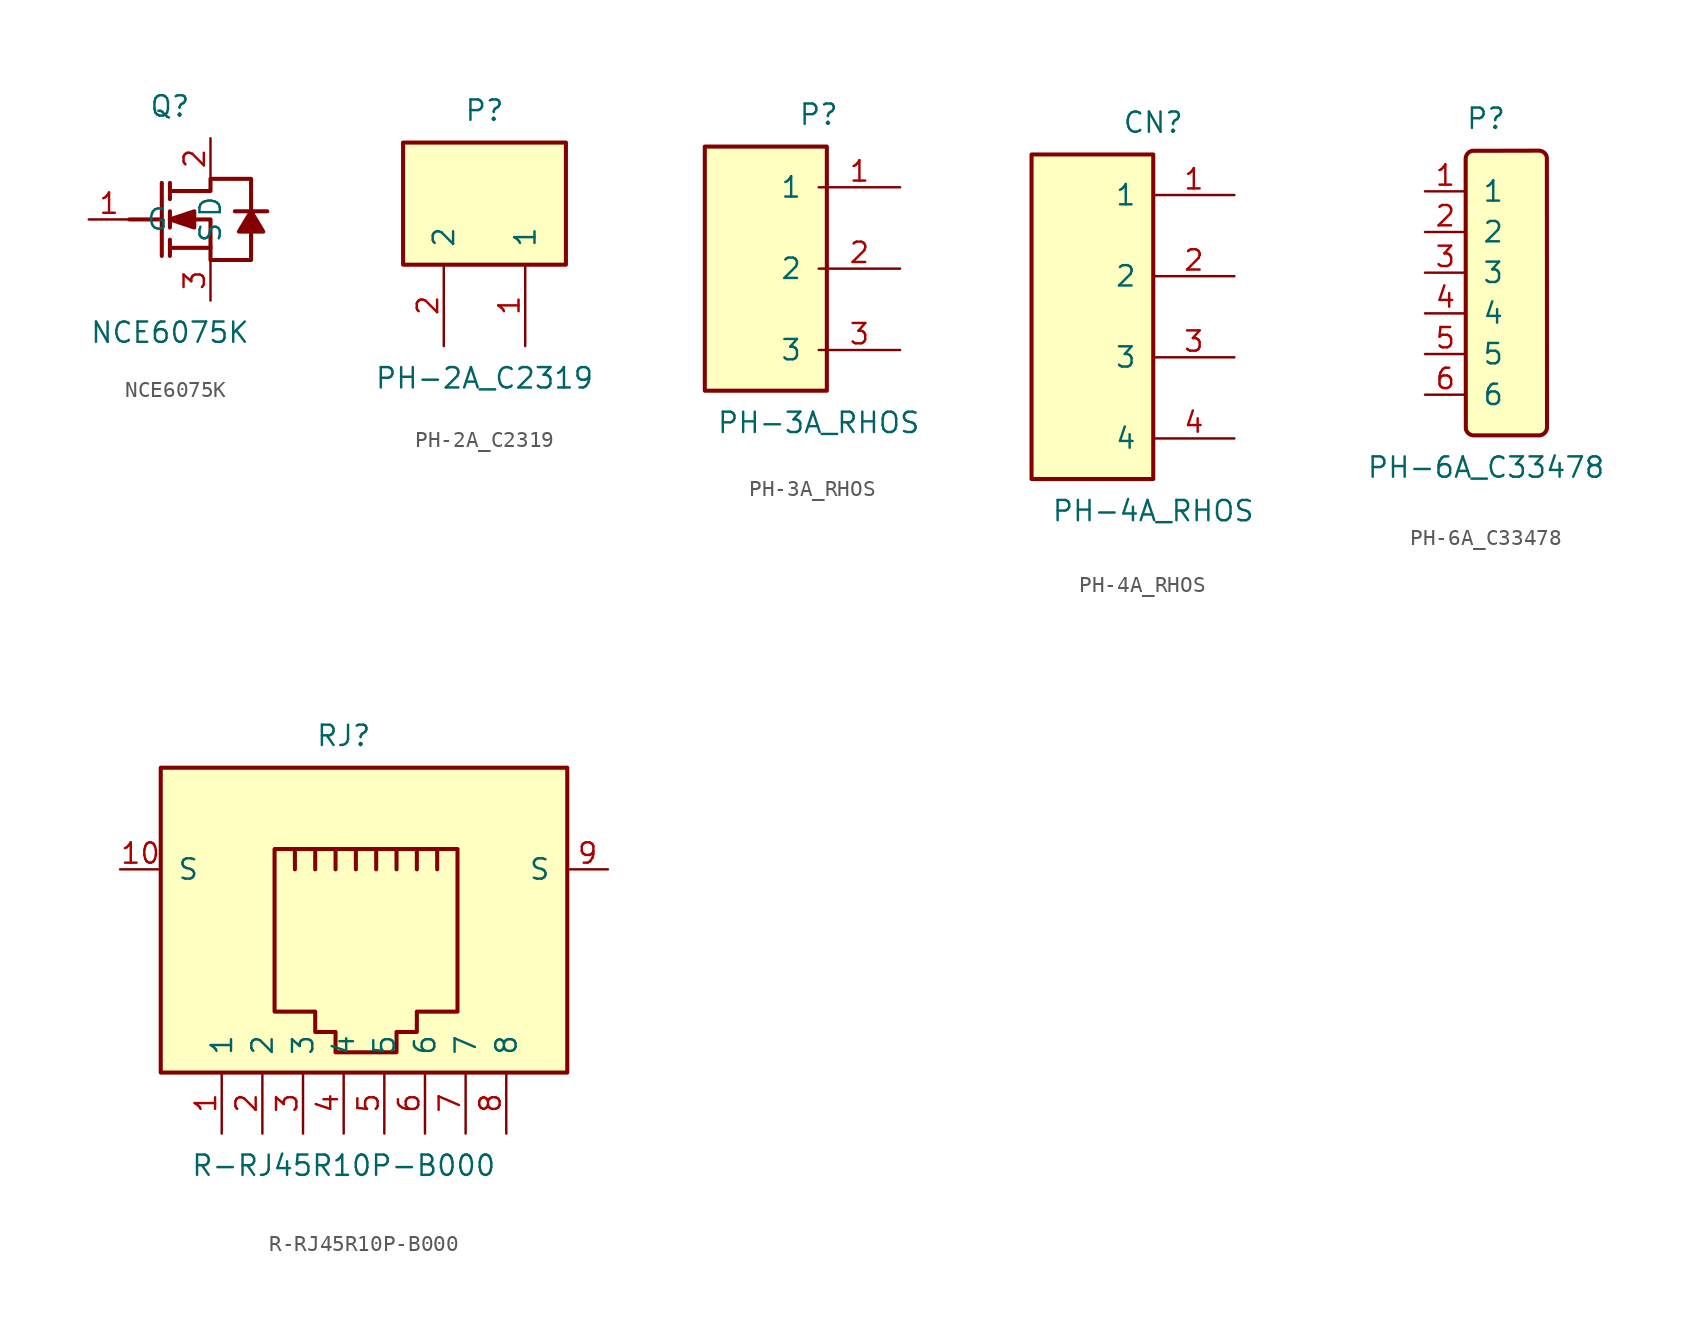
<source format=kicad_sym>
(kicad_symbol_lib
  (version 20241209)
  (generator "JLCImport")
  (generator_version "1.0")
  (symbol "NCE6075K"
    (pin_names
      (offset 1.016))
    (property "Reference" "Q"
      (at 0 7.08 0)
      (effects (font (size 1.27 1.27))))
    (property "Value" "NCE6075K"
      (at 0 -7.08 0)
      (effects (font (size 1.27 1.27))))
    (symbol "NCE6075K_0_1"
      (polyline (pts (xy 0 0) (xy 1.524 -0.508) (xy 1.524 0.508) (xy 0 0)) (stroke (width 0.254) (type solid)) (fill (type outline)))
      (polyline (pts (xy 5.08 0.508) (xy 4.318 -0.762) (xy 5.842 -0.762) (xy 5.08 0.508)) (stroke (width 0.254) (type solid)) (fill (type outline)))
      (polyline (pts (xy 0 1.778) (xy 2.54 1.778) (xy 2.54 2.54) (xy 5.08 2.54) (xy 5.08 0.508)) (stroke (width 0.254) (type solid)) (fill (type none)))
      (polyline (pts (xy 0 0) (xy 2.54 0) (xy 2.54 -2.54) (xy 5.08 -2.54) (xy 5.08 -0.762)) (stroke (width 0.254) (type solid)) (fill (type none)))
      (polyline (pts (xy 2.54 -1.778) (xy 0 -1.778)) (stroke (width 0.254) (type solid)) (fill (type none)))
      (polyline (pts (xy -0.508 2.286) (xy -0.508 -2.286)) (stroke (width 0.254) (type solid)) (fill (type none)))
      (polyline (pts (xy 0 2.286) (xy 0 1.27)) (stroke (width 0.254) (type solid)) (fill (type none)))
      (polyline (pts (xy 0 -0.508) (xy 0 0.508)) (stroke (width 0.254) (type solid)) (fill (type none)))
      (polyline (pts (xy 0 -2.286) (xy 0 -1.27)) (stroke (width 0.254) (type solid)) (fill (type none)))
      (polyline (pts (xy -2.54 0) (xy -0.508 0)) (stroke (width 0.254) (type solid)) (fill (type none)))
      (polyline (pts (xy 6.096 0.508) (xy 5.588 0.508) (xy 4.572 0.508) (xy 4.064 0.508)) (stroke (width 0.254) (type solid)) (fill (type none)))
      (pin unspecified line (at 2.54 5.08 270) (length 2.54) (name "D" (effects (font (size 1.27 1.27)) hide)) (number "2" (effects (font (size 1.27 1.27)) hide)))
      (pin unspecified line (at -5.08 0 0) (length 2.54) (name "G" (effects (font (size 1.27 1.27)) hide)) (number "1" (effects (font (size 1.27 1.27)) hide)))
      (pin unspecified line (at 2.54 -5.08 90) (length 2.54) (name "S" (effects (font (size 1.27 1.27)) hide)) (number "3" (effects (font (size 1.27 1.27)) hide)))))
  (symbol "PH-2A_C2319"
    (pin_names
      (offset 1.016))
    (property "Reference" "P"
      (at 0 7.08 0)
      (effects (font (size 1.27 1.27))))
    (property "Value" "PH-2A_C2319"
      (at 0 -9.62 0)
      (effects (font (size 1.27 1.27))))
    (symbol "PH-2A_C2319_0_1"
      (rectangle (start -5.08 5.08) (end 5.08 -2.54) (stroke (width 0.254) (type solid)) (fill (type background)))
      (pin input line (at 2.54 -7.62 90) (length 5.08) (name "1" (effects (font (size 1.27 1.27)))) (number "1" (effects (font (size 1.27 1.27)))))
      (pin input line (at -2.54 -7.62 90) (length 5.08) (name "2" (effects (font (size 1.27 1.27)))) (number "2" (effects (font (size 1.27 1.27)))))))
  (symbol "PH-3A_RHOS"
    (pin_names
      (offset 1.016))
    (property "Reference" "P"
      (at 0 9.62 0)
      (effects (font (size 1.27 1.27))))
    (property "Value" "PH-3A_RHOS"
      (at 0 -9.62 0)
      (effects (font (size 1.27 1.27))))
    (symbol "PH-3A_RHOS_0_1"
      (rectangle (start -7.112 7.62) (end 0.508 -7.62) (stroke (width 0.254) (type solid)) (fill (type background)))
      (pin input line (at 5.08 5.08 180) (length 5.08) (name "1" (effects (font (size 1.27 1.27)))) (number "1" (effects (font (size 1.27 1.27)))))
      (pin input line (at 5.08 0 180) (length 5.08) (name "2" (effects (font (size 1.27 1.27)))) (number "2" (effects (font (size 1.27 1.27)))))
      (pin input line (at 5.08 -5.08 180) (length 5.08) (name "3" (effects (font (size 1.27 1.27)))) (number "3" (effects (font (size 1.27 1.27)))))))
  (symbol "PH-4A_RHOS"
    (pin_names
      (offset 1.016))
    (property "Reference" "CN"
      (at 0 12.16 0)
      (effects (font (size 1.27 1.27))))
    (property "Value" "PH-4A_RHOS"
      (at 0 -12.16 0)
      (effects (font (size 1.27 1.27))))
    (symbol "PH-4A_RHOS_0_1"
      (rectangle (start -7.62 10.16) (end 0 -10.16) (stroke (width 0.254) (type solid)) (fill (type background)))
      (pin input line (at 5.08 7.62 180) (length 5.08) (name "1" (effects (font (size 1.27 1.27)))) (number "1" (effects (font (size 1.27 1.27)))))
      (pin input line (at 5.08 2.54 180) (length 5.08) (name "2" (effects (font (size 1.27 1.27)))) (number "2" (effects (font (size 1.27 1.27)))))
      (pin input line (at 5.08 -2.54 180) (length 5.08) (name "3" (effects (font (size 1.27 1.27)))) (number "3" (effects (font (size 1.27 1.27)))))
      (pin input line (at 5.08 -7.62 180) (length 5.08) (name "4" (effects (font (size 1.27 1.27)))) (number "4" (effects (font (size 1.27 1.27)))))))
  (symbol "PH-6A_C33478"
    (pin_names
      (offset 1.016))
    (property "Reference" "P"
      (at 0 10.89 0)
      (effects (font (size 1.27 1.27))))
    (property "Value" "PH-6A_C33478"
      (at 0 -10.89 0)
      (effects (font (size 1.27 1.27))))
    (symbol "PH-6A_C33478_0_1"
      (polyline (pts (xy 3.302 -8.89) (xy 3.401 -8.88) (xy 3.496 -8.851) (xy 3.584 -8.804) (xy 3.661 -8.741) (xy 3.724 -8.664) (xy 3.771 -8.576) (xy 3.8 -8.481) (xy 3.81 -8.382) (xy 3.8 8.481) (xy 3.771 8.576) (xy 3.724 8.664) (xy 3.661 8.741) (xy 3.584 8.804) (xy 3.496 8.851) (xy 3.401 8.88) (xy 3.302 8.89) (xy -0.861 8.88) (xy -0.956 8.851) (xy -1.044 8.804) (xy -1.121 8.741) (xy -1.184 8.664) (xy -1.231 8.576) (xy -1.26 8.481) (xy -1.27 8.382) (xy -1.26 -8.481) (xy -1.231 -8.576) (xy -1.184 -8.664) (xy -1.121 -8.741) (xy -1.044 -8.804) (xy -0.956 -8.851) (xy -0.861 -8.88) (xy -0.762 -8.89) (xy 3.302 -8.89)) (stroke (width 0.254) (type solid)) (fill (type background)))
      (pin input line (at -3.81 -6.35 0) (length 2.54) (name "6" (effects (font (size 1.27 1.27)))) (number "6" (effects (font (size 1.27 1.27)) hide)))
      (pin input line (at -3.81 -3.81 0) (length 2.54) (name "5" (effects (font (size 1.27 1.27)))) (number "5" (effects (font (size 1.27 1.27)) hide)))
      (pin input line (at -3.81 -1.27 0) (length 2.54) (name "4" (effects (font (size 1.27 1.27)))) (number "4" (effects (font (size 1.27 1.27)) hide)))
      (pin input line (at -3.81 1.27 0) (length 2.54) (name "3" (effects (font (size 1.27 1.27)))) (number "3" (effects (font (size 1.27 1.27)) hide)))
      (pin input line (at -3.81 3.81 0) (length 2.54) (name "2" (effects (font (size 1.27 1.27)))) (number "2" (effects (font (size 1.27 1.27)) hide)))
      (pin input line (at -3.81 6.35 0) (length 2.54) (name "1" (effects (font (size 1.27 1.27)))) (number "1" (effects (font (size 1.27 1.27)) hide)))))
  (symbol "R-RJ45R10P-B000"
    (pin_names
      (offset 1.016))
    (property "Reference" "RJ"
      (at 0 12.16 0)
      (effects (font (size 1.27 1.27))))
    (property "Value" "R-RJ45R10P-B000"
      (at 0 -14.7 0)
      (effects (font (size 1.27 1.27))))
    (symbol "R-RJ45R10P-B000_0_1"
      (rectangle (start -11.43 10.16) (end 13.97 -8.89) (stroke (width 0.254) (type solid)) (fill (type background)))
      (polyline (pts (xy -3.048 3.81) (xy -3.048 5.08) (xy -3.048 5.08)) (stroke (width 0.254) (type solid)) (fill (type none)))
      (polyline (pts (xy -1.778 5.08) (xy -1.778 3.81) (xy -1.778 3.81)) (stroke (width 0.254) (type solid)) (fill (type none)))
      (polyline (pts (xy -0.508 5.08) (xy -0.508 3.81) (xy -0.508 3.81)) (stroke (width 0.254) (type solid)) (fill (type none)))
      (polyline (pts (xy 0.762 5.08) (xy 0.762 3.81) (xy 0.762 3.81)) (stroke (width 0.254) (type solid)) (fill (type none)))
      (polyline (pts (xy 2.032 5.08) (xy 2.032 3.81) (xy 2.032 3.81)) (stroke (width 0.254) (type solid)) (fill (type none)))
      (polyline (pts (xy 3.302 5.08) (xy 3.302 3.81) (xy 3.302 3.81)) (stroke (width 0.254) (type solid)) (fill (type none)))
      (polyline (pts (xy 4.572 3.81) (xy 4.572 5.08) (xy 4.572 5.08)) (stroke (width 0.254) (type solid)) (fill (type none)))
      (polyline (pts (xy 5.842 3.81) (xy 5.842 5.08) (xy 5.842 5.08)) (stroke (width 0.254) (type solid)) (fill (type none)))
      (polyline (pts (xy -4.318 5.08) (xy 7.112 5.08) (xy 7.112 -5.08) (xy 4.572 -5.08) (xy 4.572 -6.35) (xy 3.302 -6.35) (xy 3.302 -7.62) (xy -0.508 -7.62) (xy -0.508 -6.35) (xy -1.778 -6.35) (xy -1.778 -5.08) (xy -4.318 -5.08) (xy -4.318 5.08) (xy -4.318 5.08)) (stroke (width 0.254) (type solid)) (fill (type none)))
      (pin unspecified line (at -7.62 -12.7 90) (length 3.81) (name "1" (effects (font (size 1.27 1.27)) hide)) (number "1" (effects (font (size 1.27 1.27)))))
      (pin unspecified line (at -5.08 -12.7 90) (length 3.81) (name "2" (effects (font (size 1.27 1.27)) hide)) (number "2" (effects (font (size 1.27 1.27)))))
      (pin unspecified line (at -2.54 -12.7 90) (length 3.81) (name "3" (effects (font (size 1.27 1.27)) hide)) (number "3" (effects (font (size 1.27 1.27)))))
      (pin unspecified line (at 0 -12.7 90) (length 3.81) (name "4" (effects (font (size 1.27 1.27)) hide)) (number "4" (effects (font (size 1.27 1.27)))))
      (pin unspecified line (at 2.54 -12.7 90) (length 3.81) (name "5" (effects (font (size 1.27 1.27)) hide)) (number "5" (effects (font (size 1.27 1.27)))))
      (pin unspecified line (at 5.08 -12.7 90) (length 3.81) (name "6" (effects (font (size 1.27 1.27)) hide)) (number "6" (effects (font (size 1.27 1.27)))))
      (pin unspecified line (at 7.62 -12.7 90) (length 3.81) (name "7" (effects (font (size 1.27 1.27)) hide)) (number "7" (effects (font (size 1.27 1.27)))))
      (pin unspecified line (at 10.16 -12.7 90) (length 3.81) (name "8" (effects (font (size 1.27 1.27)) hide)) (number "8" (effects (font (size 1.27 1.27)))))
      (pin unspecified line (at -13.97 3.81 0) (length 2.54) (name "S" (effects (font (size 1.27 1.27)))) (number "10" (effects (font (size 1.27 1.27)))))
      (pin unspecified line (at 16.51 3.81 180) (length 2.54) (name "S" (effects (font (size 1.27 1.27)))) (number "9" (effects (font (size 1.27 1.27))))))))
</source>
